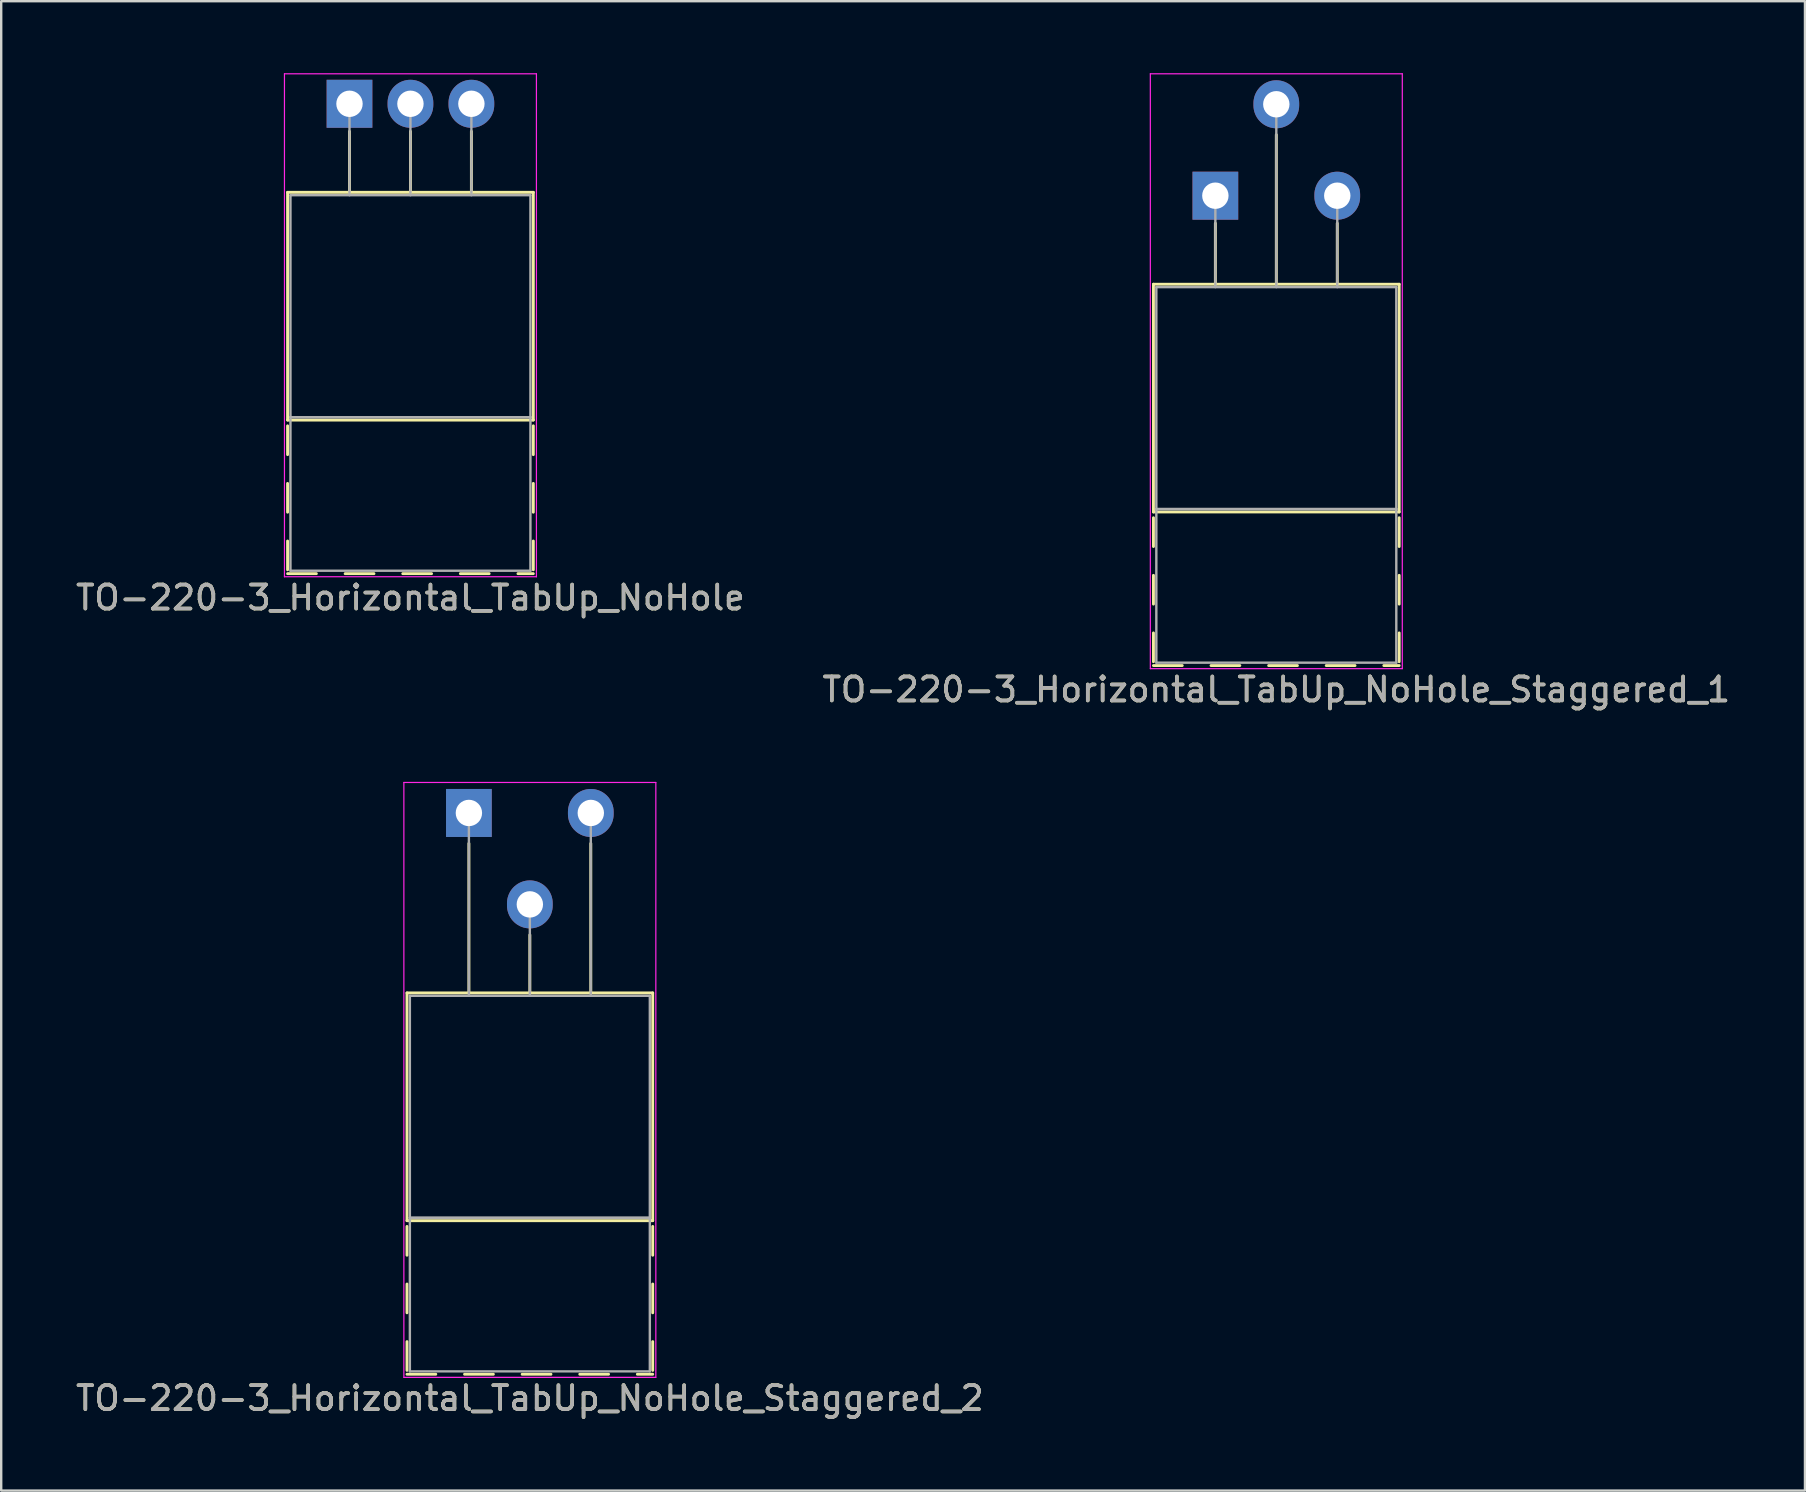
<source format=kicad_pcb>
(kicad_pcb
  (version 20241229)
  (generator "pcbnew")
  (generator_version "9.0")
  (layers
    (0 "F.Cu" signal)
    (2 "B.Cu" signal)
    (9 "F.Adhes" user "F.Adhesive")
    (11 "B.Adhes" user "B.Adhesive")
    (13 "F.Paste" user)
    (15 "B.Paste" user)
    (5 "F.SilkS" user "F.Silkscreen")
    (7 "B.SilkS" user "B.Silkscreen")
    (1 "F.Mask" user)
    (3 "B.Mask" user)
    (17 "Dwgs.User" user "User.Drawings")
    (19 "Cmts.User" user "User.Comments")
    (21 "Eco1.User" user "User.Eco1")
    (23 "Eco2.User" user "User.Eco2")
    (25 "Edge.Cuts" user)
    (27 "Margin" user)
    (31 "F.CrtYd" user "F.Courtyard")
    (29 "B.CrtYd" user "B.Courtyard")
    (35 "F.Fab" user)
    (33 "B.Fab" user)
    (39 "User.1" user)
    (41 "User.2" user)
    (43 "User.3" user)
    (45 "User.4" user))
  (footprint "TO-220-3_Horizontal_TabUp_NoHole_Staggered_2"
    (layer "F.Cu")
    (at 16.49 34.638)
    (property "Reference" "TO-220-3_Horizontal_TabUp_NoHole_Staggered_2" (at 2.54 20.58 0) (layer "F.SilkS") (effects (font (size 1 1) (thickness 0.15))))
    (attr through_hole)
    (fp_line (start -2.58 3.69) (end -2.58 13.18) (stroke (width 0.12) (type solid)) (layer "F.SilkS"))
    (fp_line (start -2.58 3.69) (end 7.66 3.69) (stroke (width 0.12) (type solid)) (layer "F.SilkS"))
    (fp_line (start -2.58 13.18) (end 7.66 13.18) (stroke (width 0.12) (type solid)) (layer "F.SilkS"))
    (fp_line (start -2.58 13.42) (end -2.58 14.62) (stroke (width 0.12) (type solid)) (layer "F.SilkS"))
    (fp_line (start -2.58 15.82) (end -2.58 17.02) (stroke (width 0.12) (type solid)) (layer "F.SilkS"))
    (fp_line (start -2.58 18.22) (end -2.58 19.42) (stroke (width 0.12) (type solid)) (layer "F.SilkS"))
    (fp_line (start -2.58 19.58) (end -1.38 19.58) (stroke (width 0.12) (type solid)) (layer "F.SilkS"))
    (fp_line (start -0.181 19.58) (end 1.02 19.58) (stroke (width 0.12) (type solid)) (layer "F.SilkS"))
    (fp_line (start 0 -2.54) (end 0 3.69) (stroke (width 0.12) (type solid)) (layer "F.SilkS"))
    (fp_line (start 2.22 19.58) (end 3.42 19.58) (stroke (width 0.12) (type solid)) (layer "F.SilkS"))
    (fp_line (start 2.54 1.27) (end 2.54 3.69) (stroke (width 0.12) (type solid)) (layer "F.SilkS"))
    (fp_line (start 4.62 19.58) (end 5.82 19.58) (stroke (width 0.12) (type solid)) (layer "F.SilkS"))
    (fp_line (start 5.08 -2.54) (end 5.08 3.69) (stroke (width 0.12) (type solid)) (layer "F.SilkS"))
    (fp_line (start 7.02 19.58) (end 7.66 19.58) (stroke (width 0.12) (type solid)) (layer "F.SilkS"))
    (fp_line (start 7.66 3.69) (end 7.66 13.18) (stroke (width 0.12) (type solid)) (layer "F.SilkS"))
    (fp_line (start 7.66 13.42) (end 7.66 14.62) (stroke (width 0.12) (type solid)) (layer "F.SilkS"))
    (fp_line (start 7.66 15.82) (end 7.66 17.02) (stroke (width 0.12) (type solid)) (layer "F.SilkS"))
    (fp_line (start 7.66 18.22) (end 7.66 19.42) (stroke (width 0.12) (type solid)) (layer "F.SilkS"))
    (fp_line (start -2.71 -5.08) (end -2.71 19.71) (stroke (width 0.05) (type solid)) (layer "F.CrtYd"))
    (fp_line (start -2.71 19.71) (end 7.79 19.71) (stroke (width 0.05) (type solid)) (layer "F.CrtYd"))
    (fp_line (start 7.79 -5.08) (end -2.71 -5.08) (stroke (width 0.05) (type solid)) (layer "F.CrtYd"))
    (fp_line (start 7.79 19.71) (end 7.79 -5.08) (stroke (width 0.05) (type solid)) (layer "F.CrtYd"))
    (fp_line (start -2.46 3.81) (end -2.46 13.06) (stroke (width 0.1) (type solid)) (layer "F.Fab"))
    (fp_line (start -2.46 13.06) (end -2.46 19.46) (stroke (width 0.1) (type solid)) (layer "F.Fab"))
    (fp_line (start -2.46 13.06) (end 7.54 13.06) (stroke (width 0.1) (type solid)) (layer "F.Fab"))
    (fp_line (start -2.46 19.46) (end 7.54 19.46) (stroke (width 0.1) (type solid)) (layer "F.Fab"))
    (fp_line (start 0 3.81) (end 0 -3.81) (stroke (width 0.1) (type solid)) (layer "F.Fab"))
    (fp_line (start 2.54 3.81) (end 2.54 0) (stroke (width 0.1) (type solid)) (layer "F.Fab"))
    (fp_line (start 5.08 3.81) (end 5.08 -3.81) (stroke (width 0.1) (type solid)) (layer "F.Fab"))
    (fp_line (start 7.54 3.81) (end -2.46 3.81) (stroke (width 0.1) (type solid)) (layer "F.Fab"))
    (fp_line (start 7.54 13.06) (end -2.46 13.06) (stroke (width 0.1) (type solid)) (layer "F.Fab"))
    (fp_line (start 7.54 13.06) (end 7.54 3.81) (stroke (width 0.1) (type solid)) (layer "F.Fab"))
    (fp_line (start 7.54 19.46) (end 7.54 13.06) (stroke (width 0.1) (type solid)) (layer "F.Fab"))
    (fp_text user "${REFERENCE}" (at 2.54 20.58 0) (layer "F.Fab") (effects (font (size 1 1) (thickness 0.15))))
    (pad "1" thru_hole rect (at 0 -3.81) (size 1.905 2) (drill 1.1) (layers "*.Cu" "*.Mask"))
    (pad "2" thru_hole oval (at 2.54 0) (size 1.905 2) (drill 1.1) (layers "*.Cu" "*.Mask"))
    (pad "3" thru_hole oval (at 5.08 -3.81) (size 1.905 2) (drill 1.1) (layers "*.Cu" "*.Mask")))
  (footprint "TO-220-3_Horizontal_TabUp_NoHole"
    (layer "F.Cu")
    (at 11.514 1.275)
    (property "Reference" "TO-220-3_Horizontal_TabUp_NoHole" (at 2.54 20.58 0) (layer "F.SilkS") (effects (font (size 1 1) (thickness 0.15))))
    (attr through_hole)
    (fp_line (start -2.58 3.69) (end -2.58 13.18) (stroke (width 0.12) (type solid)) (layer "F.SilkS"))
    (fp_line (start -2.58 3.69) (end 7.66 3.69) (stroke (width 0.12) (type solid)) (layer "F.SilkS"))
    (fp_line (start -2.58 13.18) (end 7.66 13.18) (stroke (width 0.12) (type solid)) (layer "F.SilkS"))
    (fp_line (start -2.58 13.42) (end -2.58 14.62) (stroke (width 0.12) (type solid)) (layer "F.SilkS"))
    (fp_line (start -2.58 15.82) (end -2.58 17.02) (stroke (width 0.12) (type solid)) (layer "F.SilkS"))
    (fp_line (start -2.58 18.22) (end -2.58 19.42) (stroke (width 0.12) (type solid)) (layer "F.SilkS"))
    (fp_line (start -2.58 19.58) (end -1.38 19.58) (stroke (width 0.12) (type solid)) (layer "F.SilkS"))
    (fp_line (start -0.181 19.58) (end 1.02 19.58) (stroke (width 0.12) (type solid)) (layer "F.SilkS"))
    (fp_line (start 0 1.15) (end 0 3.69) (stroke (width 0.12) (type solid)) (layer "F.SilkS"))
    (fp_line (start 2.22 19.58) (end 3.42 19.58) (stroke (width 0.12) (type solid)) (layer "F.SilkS"))
    (fp_line (start 2.54 1.15) (end 2.54 3.69) (stroke (width 0.12) (type solid)) (layer "F.SilkS"))
    (fp_line (start 4.62 19.58) (end 5.82 19.58) (stroke (width 0.12) (type solid)) (layer "F.SilkS"))
    (fp_line (start 5.08 1.15) (end 5.08 3.69) (stroke (width 0.12) (type solid)) (layer "F.SilkS"))
    (fp_line (start 7.02 19.58) (end 7.66 19.58) (stroke (width 0.12) (type solid)) (layer "F.SilkS"))
    (fp_line (start 7.66 3.69) (end 7.66 13.18) (stroke (width 0.12) (type solid)) (layer "F.SilkS"))
    (fp_line (start 7.66 13.42) (end 7.66 14.62) (stroke (width 0.12) (type solid)) (layer "F.SilkS"))
    (fp_line (start 7.66 15.82) (end 7.66 17.02) (stroke (width 0.12) (type solid)) (layer "F.SilkS"))
    (fp_line (start 7.66 18.22) (end 7.66 19.42) (stroke (width 0.12) (type solid)) (layer "F.SilkS"))
    (fp_line (start -2.71 -1.25) (end -2.71 19.71) (stroke (width 0.05) (type solid)) (layer "F.CrtYd"))
    (fp_line (start -2.71 19.71) (end 7.79 19.71) (stroke (width 0.05) (type solid)) (layer "F.CrtYd"))
    (fp_line (start 7.79 -1.25) (end -2.71 -1.25) (stroke (width 0.05) (type solid)) (layer "F.CrtYd"))
    (fp_line (start 7.79 19.71) (end 7.79 -1.25) (stroke (width 0.05) (type solid)) (layer "F.CrtYd"))
    (fp_line (start -2.46 3.81) (end -2.46 13.06) (stroke (width 0.1) (type solid)) (layer "F.Fab"))
    (fp_line (start -2.46 13.06) (end -2.46 19.46) (stroke (width 0.1) (type solid)) (layer "F.Fab"))
    (fp_line (start -2.46 13.06) (end 7.54 13.06) (stroke (width 0.1) (type solid)) (layer "F.Fab"))
    (fp_line (start -2.46 19.46) (end 7.54 19.46) (stroke (width 0.1) (type solid)) (layer "F.Fab"))
    (fp_line (start 0 3.81) (end 0 0) (stroke (width 0.1) (type solid)) (layer "F.Fab"))
    (fp_line (start 2.54 3.81) (end 2.54 0) (stroke (width 0.1) (type solid)) (layer "F.Fab"))
    (fp_line (start 5.08 3.81) (end 5.08 0) (stroke (width 0.1) (type solid)) (layer "F.Fab"))
    (fp_line (start 7.54 3.81) (end -2.46 3.81) (stroke (width 0.1) (type solid)) (layer "F.Fab"))
    (fp_line (start 7.54 13.06) (end -2.46 13.06) (stroke (width 0.1) (type solid)) (layer "F.Fab"))
    (fp_line (start 7.54 13.06) (end 7.54 3.81) (stroke (width 0.1) (type solid)) (layer "F.Fab"))
    (fp_line (start 7.54 19.46) (end 7.54 13.06) (stroke (width 0.1) (type solid)) (layer "F.Fab"))
    (fp_text user "${REFERENCE}" (at 2.54 20.58 0) (layer "F.Fab") (effects (font (size 1 1) (thickness 0.15))))
    (pad "1" thru_hole rect (at 0 0) (size 1.905 2) (drill 1.1) (layers "*.Cu" "*.Mask"))
    (pad "2" thru_hole oval (at 2.54 0) (size 1.905 2) (drill 1.1) (layers "*.Cu" "*.Mask"))
    (pad "3" thru_hole oval (at 5.08 0) (size 1.905 2) (drill 1.1) (layers "*.Cu" "*.Mask")))
  (footprint "TO-220-3_Horizontal_TabUp_NoHole_Staggered_1"
    (layer "F.Cu")
    (at 47.597 5.105)
    (property "Reference" "TO-220-3_Horizontal_TabUp_NoHole_Staggered_1" (at 2.54 20.58 0) (layer "F.SilkS") (effects (font (size 1 1) (thickness 0.15))))
    (attr through_hole)
    (fp_line (start -2.58 3.69) (end -2.58 13.18) (stroke (width 0.12) (type solid)) (layer "F.SilkS"))
    (fp_line (start -2.58 3.69) (end 7.66 3.69) (stroke (width 0.12) (type solid)) (layer "F.SilkS"))
    (fp_line (start -2.58 13.18) (end 7.66 13.18) (stroke (width 0.12) (type solid)) (layer "F.SilkS"))
    (fp_line (start -2.58 13.42) (end -2.58 14.62) (stroke (width 0.12) (type solid)) (layer "F.SilkS"))
    (fp_line (start -2.58 15.82) (end -2.58 17.02) (stroke (width 0.12) (type solid)) (layer "F.SilkS"))
    (fp_line (start -2.58 18.22) (end -2.58 19.42) (stroke (width 0.12) (type solid)) (layer "F.SilkS"))
    (fp_line (start -2.58 19.58) (end -1.38 19.58) (stroke (width 0.12) (type solid)) (layer "F.SilkS"))
    (fp_line (start -0.181 19.58) (end 1.02 19.58) (stroke (width 0.12) (type solid)) (layer "F.SilkS"))
    (fp_line (start 0 1.15) (end 0 3.69) (stroke (width 0.12) (type solid)) (layer "F.SilkS"))
    (fp_line (start 2.22 19.58) (end 3.42 19.58) (stroke (width 0.12) (type solid)) (layer "F.SilkS"))
    (fp_line (start 2.54 -2.54) (end 2.54 3.69) (stroke (width 0.12) (type solid)) (layer "F.SilkS"))
    (fp_line (start 4.62 19.58) (end 5.82 19.58) (stroke (width 0.12) (type solid)) (layer "F.SilkS"))
    (fp_line (start 5.08 1.15) (end 5.08 3.69) (stroke (width 0.12) (type solid)) (layer "F.SilkS"))
    (fp_line (start 7.02 19.58) (end 7.66 19.58) (stroke (width 0.12) (type solid)) (layer "F.SilkS"))
    (fp_line (start 7.66 3.69) (end 7.66 13.18) (stroke (width 0.12) (type solid)) (layer "F.SilkS"))
    (fp_line (start 7.66 13.42) (end 7.66 14.62) (stroke (width 0.12) (type solid)) (layer "F.SilkS"))
    (fp_line (start 7.66 15.82) (end 7.66 17.02) (stroke (width 0.12) (type solid)) (layer "F.SilkS"))
    (fp_line (start 7.66 18.22) (end 7.66 19.42) (stroke (width 0.12) (type solid)) (layer "F.SilkS"))
    (fp_line (start -2.71 -5.08) (end -2.71 19.71) (stroke (width 0.05) (type solid)) (layer "F.CrtYd"))
    (fp_line (start -2.71 19.71) (end 7.79 19.71) (stroke (width 0.05) (type solid)) (layer "F.CrtYd"))
    (fp_line (start 7.79 -5.08) (end -2.71 -5.08) (stroke (width 0.05) (type solid)) (layer "F.CrtYd"))
    (fp_line (start 7.79 19.71) (end 7.79 -5.08) (stroke (width 0.05) (type solid)) (layer "F.CrtYd"))
    (fp_line (start -2.46 3.81) (end -2.46 13.06) (stroke (width 0.1) (type solid)) (layer "F.Fab"))
    (fp_line (start -2.46 13.06) (end -2.46 19.46) (stroke (width 0.1) (type solid)) (layer "F.Fab"))
    (fp_line (start -2.46 13.06) (end 7.54 13.06) (stroke (width 0.1) (type solid)) (layer "F.Fab"))
    (fp_line (start -2.46 19.46) (end 7.54 19.46) (stroke (width 0.1) (type solid)) (layer "F.Fab"))
    (fp_line (start 0 3.81) (end 0 0) (stroke (width 0.1) (type solid)) (layer "F.Fab"))
    (fp_line (start 2.54 3.81) (end 2.54 -3.81) (stroke (width 0.1) (type solid)) (layer "F.Fab"))
    (fp_line (start 5.08 3.81) (end 5.08 0) (stroke (width 0.1) (type solid)) (layer "F.Fab"))
    (fp_line (start 7.54 3.81) (end -2.46 3.81) (stroke (width 0.1) (type solid)) (layer "F.Fab"))
    (fp_line (start 7.54 13.06) (end -2.46 13.06) (stroke (width 0.1) (type solid)) (layer "F.Fab"))
    (fp_line (start 7.54 13.06) (end 7.54 3.81) (stroke (width 0.1) (type solid)) (layer "F.Fab"))
    (fp_line (start 7.54 19.46) (end 7.54 13.06) (stroke (width 0.1) (type solid)) (layer "F.Fab"))
    (fp_text user "${REFERENCE}" (at 2.54 20.58 0) (layer "F.Fab") (effects (font (size 1 1) (thickness 0.15))))
    (pad "1" thru_hole rect (at 0 0) (size 1.905 2) (drill 1.1) (layers "*.Cu" "*.Mask"))
    (pad "2" thru_hole oval (at 2.54 -3.81) (size 1.905 2) (drill 1.1) (layers "*.Cu" "*.Mask"))
    (pad "3" thru_hole oval (at 5.08 0) (size 1.905 2) (drill 1.1) (layers "*.Cu" "*.Mask")))
  (gr_rect
    (start -3 -3)
    (end 72.167 59.066)
    (stroke (width 0.1) (type default))
    (fill no)
    (layer "Edge.Cuts")))
</source>
